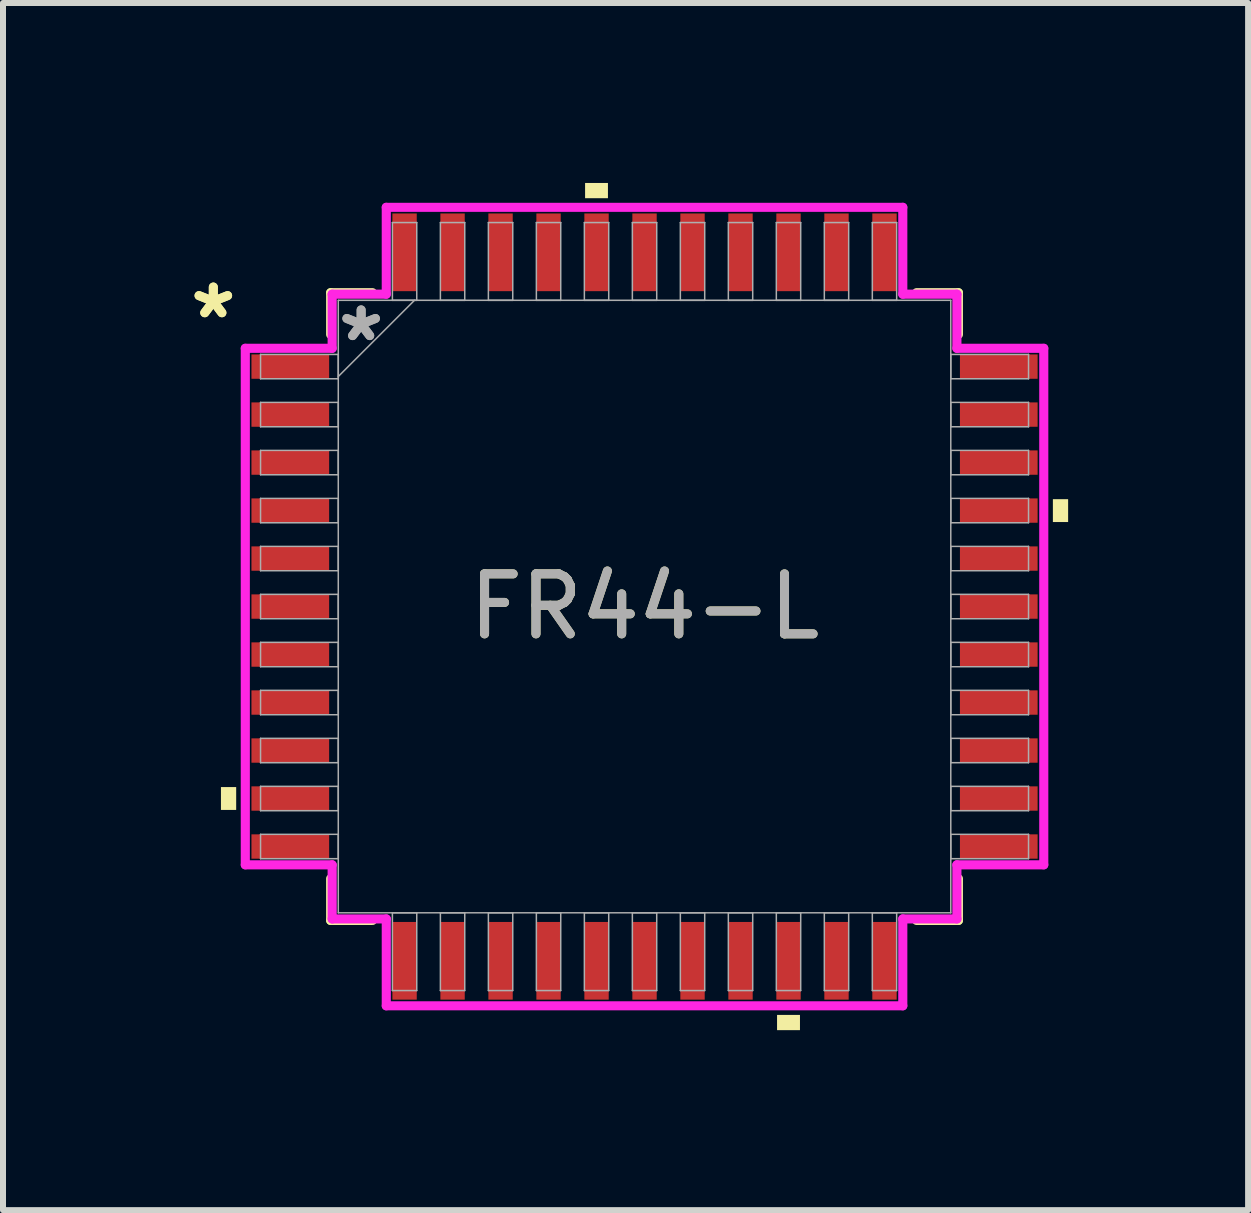
<source format=kicad_pcb>
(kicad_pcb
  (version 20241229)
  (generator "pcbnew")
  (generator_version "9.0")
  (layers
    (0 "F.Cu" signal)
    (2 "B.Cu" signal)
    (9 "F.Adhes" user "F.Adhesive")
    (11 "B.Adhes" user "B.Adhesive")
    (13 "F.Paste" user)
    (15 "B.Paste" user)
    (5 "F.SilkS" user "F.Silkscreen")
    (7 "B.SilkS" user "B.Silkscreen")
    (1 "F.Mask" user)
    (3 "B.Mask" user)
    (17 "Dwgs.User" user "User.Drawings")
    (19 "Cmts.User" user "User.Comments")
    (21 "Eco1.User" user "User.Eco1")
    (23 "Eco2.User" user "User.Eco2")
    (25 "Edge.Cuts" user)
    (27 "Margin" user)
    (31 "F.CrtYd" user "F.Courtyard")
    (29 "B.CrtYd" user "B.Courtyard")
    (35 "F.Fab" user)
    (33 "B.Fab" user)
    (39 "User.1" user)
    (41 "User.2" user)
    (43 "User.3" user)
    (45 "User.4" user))
  (footprint "FR44-L"
    (layer "F.Cu")
    (at 7.694 7.061)
    (property "Reference" "FR44-L" (at 0 0 0) (unlocked yes) (layer "F.SilkS") (effects (font (size 1 1) (thickness 0.15))))
    (attr smd)
    (fp_line (start -5.232 -5.232) (end -5.232 -4.535) (stroke (width 0.152) (type solid)) (layer "F.SilkS"))
    (fp_line (start -5.232 4.535) (end -5.232 5.232) (stroke (width 0.152) (type solid)) (layer "F.SilkS"))
    (fp_line (start -5.232 5.232) (end -4.535 5.232) (stroke (width 0.152) (type solid)) (layer "F.SilkS"))
    (fp_line (start -4.535 -5.232) (end -5.232 -5.232) (stroke (width 0.152) (type solid)) (layer "F.SilkS"))
    (fp_line (start 4.535 5.232) (end 5.232 5.232) (stroke (width 0.152) (type solid)) (layer "F.SilkS"))
    (fp_line (start 5.232 -5.232) (end 4.535 -5.232) (stroke (width 0.152) (type solid)) (layer "F.SilkS"))
    (fp_line (start 5.232 -4.535) (end 5.232 -5.232) (stroke (width 0.152) (type solid)) (layer "F.SilkS"))
    (fp_line (start 5.232 5.232) (end 5.232 4.535) (stroke (width 0.152) (type solid)) (layer "F.SilkS"))
    (fp_poly (pts (xy -7.061 3.009) (xy -7.061 3.39) (xy -6.807 3.39) (xy -6.807 3.009)) (stroke (width 0) (type solid)) (fill yes) (layer "F.SilkS"))
    (fp_poly (pts (xy -0.991 -6.807) (xy -0.991 -7.061) (xy -0.61 -7.061) (xy -0.61 -6.807)) (stroke (width 0) (type solid)) (fill yes) (layer "F.SilkS"))
    (fp_poly (pts (xy 2.209 6.807) (xy 2.209 7.061) (xy 2.591 7.061) (xy 2.591 6.807)) (stroke (width 0) (type solid)) (fill yes) (layer "F.SilkS"))
    (fp_poly (pts (xy 7.061 -1.79) (xy 7.061 -1.409) (xy 6.807 -1.409) (xy 6.807 -1.79)) (stroke (width 0) (type solid)) (fill yes) (layer "F.SilkS"))
    (fp_line (start -6.655 -4.305) (end -5.207 -4.305) (stroke (width 0.152) (type solid)) (layer "F.CrtYd"))
    (fp_line (start -6.655 4.305) (end -6.655 -4.305) (stroke (width 0.152) (type solid)) (layer "F.CrtYd"))
    (fp_line (start -5.207 -5.207) (end -4.305 -5.207) (stroke (width 0.152) (type solid)) (layer "F.CrtYd"))
    (fp_line (start -5.207 -4.305) (end -5.207 -5.207) (stroke (width 0.152) (type solid)) (layer "F.CrtYd"))
    (fp_line (start -5.207 4.305) (end -6.655 4.305) (stroke (width 0.152) (type solid)) (layer "F.CrtYd"))
    (fp_line (start -5.207 5.207) (end -5.207 4.305) (stroke (width 0.152) (type solid)) (layer "F.CrtYd"))
    (fp_line (start -5.207 5.207) (end -4.305 5.207) (stroke (width 0.152) (type solid)) (layer "F.CrtYd"))
    (fp_line (start -4.305 -6.655) (end 4.305 -6.655) (stroke (width 0.152) (type solid)) (layer "F.CrtYd"))
    (fp_line (start -4.305 -5.207) (end -4.305 -6.655) (stroke (width 0.152) (type solid)) (layer "F.CrtYd"))
    (fp_line (start -4.305 5.207) (end -4.305 6.655) (stroke (width 0.152) (type solid)) (layer "F.CrtYd"))
    (fp_line (start -4.305 6.655) (end 4.305 6.655) (stroke (width 0.152) (type solid)) (layer "F.CrtYd"))
    (fp_line (start 4.305 -6.655) (end 4.305 -5.207) (stroke (width 0.152) (type solid)) (layer "F.CrtYd"))
    (fp_line (start 4.305 -5.207) (end 5.207 -5.207) (stroke (width 0.152) (type solid)) (layer "F.CrtYd"))
    (fp_line (start 4.305 5.207) (end 5.207 5.207) (stroke (width 0.152) (type solid)) (layer "F.CrtYd"))
    (fp_line (start 4.305 6.655) (end 4.305 5.207) (stroke (width 0.152) (type solid)) (layer "F.CrtYd"))
    (fp_line (start 5.207 -4.305) (end 5.207 -5.207) (stroke (width 0.152) (type solid)) (layer "F.CrtYd"))
    (fp_line (start 5.207 4.305) (end 6.655 4.305) (stroke (width 0.152) (type solid)) (layer "F.CrtYd"))
    (fp_line (start 5.207 5.207) (end 5.207 4.305) (stroke (width 0.152) (type solid)) (layer "F.CrtYd"))
    (fp_line (start 6.655 -4.305) (end 5.207 -4.305) (stroke (width 0.152) (type solid)) (layer "F.CrtYd"))
    (fp_line (start 6.655 4.305) (end 6.655 -4.305) (stroke (width 0.152) (type solid)) (layer "F.CrtYd"))
    (fp_line (start -6.401 -4.203) (end -6.401 -3.797) (stroke (width 0.025) (type solid)) (layer "F.Fab"))
    (fp_line (start -6.401 -3.797) (end -5.105 -3.797) (stroke (width 0.025) (type solid)) (layer "F.Fab"))
    (fp_line (start -6.401 -3.403) (end -6.401 -2.997) (stroke (width 0.025) (type solid)) (layer "F.Fab"))
    (fp_line (start -6.401 -2.997) (end -5.105 -2.997) (stroke (width 0.025) (type solid)) (layer "F.Fab"))
    (fp_line (start -6.401 -2.603) (end -6.401 -2.197) (stroke (width 0.025) (type solid)) (layer "F.Fab"))
    (fp_line (start -6.401 -2.197) (end -5.105 -2.197) (stroke (width 0.025) (type solid)) (layer "F.Fab"))
    (fp_line (start -6.401 -1.803) (end -6.401 -1.397) (stroke (width 0.025) (type solid)) (layer "F.Fab"))
    (fp_line (start -6.401 -1.397) (end -5.105 -1.397) (stroke (width 0.025) (type solid)) (layer "F.Fab"))
    (fp_line (start -6.401 -1.003) (end -6.401 -0.597) (stroke (width 0.025) (type solid)) (layer "F.Fab"))
    (fp_line (start -6.401 -0.597) (end -5.105 -0.597) (stroke (width 0.025) (type solid)) (layer "F.Fab"))
    (fp_line (start -6.401 -0.203) (end -6.401 0.203) (stroke (width 0.025) (type solid)) (layer "F.Fab"))
    (fp_line (start -6.401 0.203) (end -5.105 0.203) (stroke (width 0.025) (type solid)) (layer "F.Fab"))
    (fp_line (start -6.401 0.597) (end -6.401 1.003) (stroke (width 0.025) (type solid)) (layer "F.Fab"))
    (fp_line (start -6.401 1.003) (end -5.105 1.003) (stroke (width 0.025) (type solid)) (layer "F.Fab"))
    (fp_line (start -6.401 1.397) (end -6.401 1.803) (stroke (width 0.025) (type solid)) (layer "F.Fab"))
    (fp_line (start -6.401 1.803) (end -5.105 1.803) (stroke (width 0.025) (type solid)) (layer "F.Fab"))
    (fp_line (start -6.401 2.197) (end -6.401 2.603) (stroke (width 0.025) (type solid)) (layer "F.Fab"))
    (fp_line (start -6.401 2.603) (end -5.105 2.603) (stroke (width 0.025) (type solid)) (layer "F.Fab"))
    (fp_line (start -6.401 2.997) (end -6.401 3.403) (stroke (width 0.025) (type solid)) (layer "F.Fab"))
    (fp_line (start -6.401 3.403) (end -5.105 3.403) (stroke (width 0.025) (type solid)) (layer "F.Fab"))
    (fp_line (start -6.401 3.797) (end -6.401 4.203) (stroke (width 0.025) (type solid)) (layer "F.Fab"))
    (fp_line (start -6.401 4.203) (end -5.105 4.203) (stroke (width 0.025) (type solid)) (layer "F.Fab"))
    (fp_line (start -5.105 -5.105) (end -5.105 5.105) (stroke (width 0.025) (type solid)) (layer "F.Fab"))
    (fp_line (start -5.105 -4.203) (end -6.401 -4.203) (stroke (width 0.025) (type solid)) (layer "F.Fab"))
    (fp_line (start -5.105 -3.835) (end -3.835 -5.105) (stroke (width 0.025) (type solid)) (layer "F.Fab"))
    (fp_line (start -5.105 -3.797) (end -5.105 -4.203) (stroke (width 0.025) (type solid)) (layer "F.Fab"))
    (fp_line (start -5.105 -3.403) (end -6.401 -3.403) (stroke (width 0.025) (type solid)) (layer "F.Fab"))
    (fp_line (start -5.105 -2.997) (end -5.105 -3.403) (stroke (width 0.025) (type solid)) (layer "F.Fab"))
    (fp_line (start -5.105 -2.603) (end -6.401 -2.603) (stroke (width 0.025) (type solid)) (layer "F.Fab"))
    (fp_line (start -5.105 -2.197) (end -5.105 -2.603) (stroke (width 0.025) (type solid)) (layer "F.Fab"))
    (fp_line (start -5.105 -1.803) (end -6.401 -1.803) (stroke (width 0.025) (type solid)) (layer "F.Fab"))
    (fp_line (start -5.105 -1.397) (end -5.105 -1.803) (stroke (width 0.025) (type solid)) (layer "F.Fab"))
    (fp_line (start -5.105 -1.003) (end -6.401 -1.003) (stroke (width 0.025) (type solid)) (layer "F.Fab"))
    (fp_line (start -5.105 -0.597) (end -5.105 -1.003) (stroke (width 0.025) (type solid)) (layer "F.Fab"))
    (fp_line (start -5.105 -0.203) (end -6.401 -0.203) (stroke (width 0.025) (type solid)) (layer "F.Fab"))
    (fp_line (start -5.105 0.203) (end -5.105 -0.203) (stroke (width 0.025) (type solid)) (layer "F.Fab"))
    (fp_line (start -5.105 0.597) (end -6.401 0.597) (stroke (width 0.025) (type solid)) (layer "F.Fab"))
    (fp_line (start -5.105 1.003) (end -5.105 0.597) (stroke (width 0.025) (type solid)) (layer "F.Fab"))
    (fp_line (start -5.105 1.397) (end -6.401 1.397) (stroke (width 0.025) (type solid)) (layer "F.Fab"))
    (fp_line (start -5.105 1.803) (end -5.105 1.397) (stroke (width 0.025) (type solid)) (layer "F.Fab"))
    (fp_line (start -5.105 2.197) (end -6.401 2.197) (stroke (width 0.025) (type solid)) (layer "F.Fab"))
    (fp_line (start -5.105 2.603) (end -5.105 2.197) (stroke (width 0.025) (type solid)) (layer "F.Fab"))
    (fp_line (start -5.105 2.997) (end -6.401 2.997) (stroke (width 0.025) (type solid)) (layer "F.Fab"))
    (fp_line (start -5.105 3.403) (end -5.105 2.997) (stroke (width 0.025) (type solid)) (layer "F.Fab"))
    (fp_line (start -5.105 3.797) (end -6.401 3.797) (stroke (width 0.025) (type solid)) (layer "F.Fab"))
    (fp_line (start -5.105 4.203) (end -5.105 3.797) (stroke (width 0.025) (type solid)) (layer "F.Fab"))
    (fp_line (start -5.105 5.105) (end 5.105 5.105) (stroke (width 0.025) (type solid)) (layer "F.Fab"))
    (fp_line (start -4.203 5.105) (end -4.203 6.401) (stroke (width 0.025) (type solid)) (layer "F.Fab"))
    (fp_line (start -4.203 6.401) (end -3.797 6.401) (stroke (width 0.025) (type solid)) (layer "F.Fab"))
    (fp_line (start -4.203 -6.401) (end -4.203 -5.105) (stroke (width 0.025) (type solid)) (layer "F.Fab"))
    (fp_line (start -4.203 -5.105) (end -3.797 -5.105) (stroke (width 0.025) (type solid)) (layer "F.Fab"))
    (fp_line (start -3.797 5.105) (end -4.203 5.105) (stroke (width 0.025) (type solid)) (layer "F.Fab"))
    (fp_line (start -3.797 6.401) (end -3.797 5.105) (stroke (width 0.025) (type solid)) (layer "F.Fab"))
    (fp_line (start -3.797 -6.401) (end -4.203 -6.401) (stroke (width 0.025) (type solid)) (layer "F.Fab"))
    (fp_line (start -3.797 -5.105) (end -3.797 -6.401) (stroke (width 0.025) (type solid)) (layer "F.Fab"))
    (fp_line (start -3.403 -6.401) (end -3.403 -5.105) (stroke (width 0.025) (type solid)) (layer "F.Fab"))
    (fp_line (start -3.403 -5.105) (end -2.997 -5.105) (stroke (width 0.025) (type solid)) (layer "F.Fab"))
    (fp_line (start -3.403 5.105) (end -3.403 6.401) (stroke (width 0.025) (type solid)) (layer "F.Fab"))
    (fp_line (start -3.403 6.401) (end -2.997 6.401) (stroke (width 0.025) (type solid)) (layer "F.Fab"))
    (fp_line (start -2.997 -6.401) (end -3.403 -6.401) (stroke (width 0.025) (type solid)) (layer "F.Fab"))
    (fp_line (start -2.997 -5.105) (end -2.997 -6.401) (stroke (width 0.025) (type solid)) (layer "F.Fab"))
    (fp_line (start -2.997 5.105) (end -3.403 5.105) (stroke (width 0.025) (type solid)) (layer "F.Fab"))
    (fp_line (start -2.997 6.401) (end -2.997 5.105) (stroke (width 0.025) (type solid)) (layer "F.Fab"))
    (fp_line (start -2.603 -6.401) (end -2.603 -5.105) (stroke (width 0.025) (type solid)) (layer "F.Fab"))
    (fp_line (start -2.603 -5.105) (end -2.197 -5.105) (stroke (width 0.025) (type solid)) (layer "F.Fab"))
    (fp_line (start -2.603 5.105) (end -2.603 6.401) (stroke (width 0.025) (type solid)) (layer "F.Fab"))
    (fp_line (start -2.603 6.401) (end -2.197 6.401) (stroke (width 0.025) (type solid)) (layer "F.Fab"))
    (fp_line (start -2.197 -6.401) (end -2.603 -6.401) (stroke (width 0.025) (type solid)) (layer "F.Fab"))
    (fp_line (start -2.197 -5.105) (end -2.197 -6.401) (stroke (width 0.025) (type solid)) (layer "F.Fab"))
    (fp_line (start -2.197 5.105) (end -2.603 5.105) (stroke (width 0.025) (type solid)) (layer "F.Fab"))
    (fp_line (start -2.197 6.401) (end -2.197 5.105) (stroke (width 0.025) (type solid)) (layer "F.Fab"))
    (fp_line (start -1.803 -6.401) (end -1.803 -5.105) (stroke (width 0.025) (type solid)) (layer "F.Fab"))
    (fp_line (start -1.803 -5.105) (end -1.397 -5.105) (stroke (width 0.025) (type solid)) (layer "F.Fab"))
    (fp_line (start -1.803 5.105) (end -1.803 6.401) (stroke (width 0.025) (type solid)) (layer "F.Fab"))
    (fp_line (start -1.803 6.401) (end -1.397 6.401) (stroke (width 0.025) (type solid)) (layer "F.Fab"))
    (fp_line (start -1.397 -6.401) (end -1.803 -6.401) (stroke (width 0.025) (type solid)) (layer "F.Fab"))
    (fp_line (start -1.397 -5.105) (end -1.397 -6.401) (stroke (width 0.025) (type solid)) (layer "F.Fab"))
    (fp_line (start -1.397 5.105) (end -1.803 5.105) (stroke (width 0.025) (type solid)) (layer "F.Fab"))
    (fp_line (start -1.397 6.401) (end -1.397 5.105) (stroke (width 0.025) (type solid)) (layer "F.Fab"))
    (fp_line (start -1.003 -6.401) (end -1.003 -5.105) (stroke (width 0.025) (type solid)) (layer "F.Fab"))
    (fp_line (start -1.003 -5.105) (end -0.597 -5.105) (stroke (width 0.025) (type solid)) (layer "F.Fab"))
    (fp_line (start -1.003 5.105) (end -1.003 6.401) (stroke (width 0.025) (type solid)) (layer "F.Fab"))
    (fp_line (start -1.003 6.401) (end -0.597 6.401) (stroke (width 0.025) (type solid)) (layer "F.Fab"))
    (fp_line (start -0.597 -6.401) (end -1.003 -6.401) (stroke (width 0.025) (type solid)) (layer "F.Fab"))
    (fp_line (start -0.597 -5.105) (end -0.597 -6.401) (stroke (width 0.025) (type solid)) (layer "F.Fab"))
    (fp_line (start -0.597 5.105) (end -1.003 5.105) (stroke (width 0.025) (type solid)) (layer "F.Fab"))
    (fp_line (start -0.597 6.401) (end -0.597 5.105) (stroke (width 0.025) (type solid)) (layer "F.Fab"))
    (fp_line (start -0.203 -6.401) (end -0.203 -5.105) (stroke (width 0.025) (type solid)) (layer "F.Fab"))
    (fp_line (start -0.203 -5.105) (end 0.203 -5.105) (stroke (width 0.025) (type solid)) (layer "F.Fab"))
    (fp_line (start -0.203 5.105) (end -0.203 6.401) (stroke (width 0.025) (type solid)) (layer "F.Fab"))
    (fp_line (start -0.203 6.401) (end 0.203 6.401) (stroke (width 0.025) (type solid)) (layer "F.Fab"))
    (fp_line (start 0.203 -6.401) (end -0.203 -6.401) (stroke (width 0.025) (type solid)) (layer "F.Fab"))
    (fp_line (start 0.203 -5.105) (end 0.203 -6.401) (stroke (width 0.025) (type solid)) (layer "F.Fab"))
    (fp_line (start 0.203 5.105) (end -0.203 5.105) (stroke (width 0.025) (type solid)) (layer "F.Fab"))
    (fp_line (start 0.203 6.401) (end 0.203 5.105) (stroke (width 0.025) (type solid)) (layer "F.Fab"))
    (fp_line (start 0.597 -6.401) (end 0.597 -5.105) (stroke (width 0.025) (type solid)) (layer "F.Fab"))
    (fp_line (start 0.597 -5.105) (end 1.003 -5.105) (stroke (width 0.025) (type solid)) (layer "F.Fab"))
    (fp_line (start 0.597 5.105) (end 0.597 6.401) (stroke (width 0.025) (type solid)) (layer "F.Fab"))
    (fp_line (start 0.597 6.401) (end 1.003 6.401) (stroke (width 0.025) (type solid)) (layer "F.Fab"))
    (fp_line (start 1.003 -6.401) (end 0.597 -6.401) (stroke (width 0.025) (type solid)) (layer "F.Fab"))
    (fp_line (start 1.003 -5.105) (end 1.003 -6.401) (stroke (width 0.025) (type solid)) (layer "F.Fab"))
    (fp_line (start 1.003 5.105) (end 0.597 5.105) (stroke (width 0.025) (type solid)) (layer "F.Fab"))
    (fp_line (start 1.003 6.401) (end 1.003 5.105) (stroke (width 0.025) (type solid)) (layer "F.Fab"))
    (fp_line (start 1.397 -6.401) (end 1.397 -5.105) (stroke (width 0.025) (type solid)) (layer "F.Fab"))
    (fp_line (start 1.397 -5.105) (end 1.803 -5.105) (stroke (width 0.025) (type solid)) (layer "F.Fab"))
    (fp_line (start 1.397 5.105) (end 1.397 6.401) (stroke (width 0.025) (type solid)) (layer "F.Fab"))
    (fp_line (start 1.397 6.401) (end 1.803 6.401) (stroke (width 0.025) (type solid)) (layer "F.Fab"))
    (fp_line (start 1.803 -6.401) (end 1.397 -6.401) (stroke (width 0.025) (type solid)) (layer "F.Fab"))
    (fp_line (start 1.803 -5.105) (end 1.803 -6.401) (stroke (width 0.025) (type solid)) (layer "F.Fab"))
    (fp_line (start 1.803 5.105) (end 1.397 5.105) (stroke (width 0.025) (type solid)) (layer "F.Fab"))
    (fp_line (start 1.803 6.401) (end 1.803 5.105) (stroke (width 0.025) (type solid)) (layer "F.Fab"))
    (fp_line (start 2.197 -6.401) (end 2.197 -5.105) (stroke (width 0.025) (type solid)) (layer "F.Fab"))
    (fp_line (start 2.197 -5.105) (end 2.603 -5.105) (stroke (width 0.025) (type solid)) (layer "F.Fab"))
    (fp_line (start 2.197 5.105) (end 2.197 6.401) (stroke (width 0.025) (type solid)) (layer "F.Fab"))
    (fp_line (start 2.197 6.401) (end 2.603 6.401) (stroke (width 0.025) (type solid)) (layer "F.Fab"))
    (fp_line (start 2.603 -6.401) (end 2.197 -6.401) (stroke (width 0.025) (type solid)) (layer "F.Fab"))
    (fp_line (start 2.603 -5.105) (end 2.603 -6.401) (stroke (width 0.025) (type solid)) (layer "F.Fab"))
    (fp_line (start 2.603 5.105) (end 2.197 5.105) (stroke (width 0.025) (type solid)) (layer "F.Fab"))
    (fp_line (start 2.603 6.401) (end 2.603 5.105) (stroke (width 0.025) (type solid)) (layer "F.Fab"))
    (fp_line (start 2.997 -6.401) (end 2.997 -5.105) (stroke (width 0.025) (type solid)) (layer "F.Fab"))
    (fp_line (start 2.997 -5.105) (end 3.403 -5.105) (stroke (width 0.025) (type solid)) (layer "F.Fab"))
    (fp_line (start 2.997 5.105) (end 2.997 6.401) (stroke (width 0.025) (type solid)) (layer "F.Fab"))
    (fp_line (start 2.997 6.401) (end 3.403 6.401) (stroke (width 0.025) (type solid)) (layer "F.Fab"))
    (fp_line (start 3.403 -6.401) (end 2.997 -6.401) (stroke (width 0.025) (type solid)) (layer "F.Fab"))
    (fp_line (start 3.403 -5.105) (end 3.403 -6.401) (stroke (width 0.025) (type solid)) (layer "F.Fab"))
    (fp_line (start 3.403 5.105) (end 2.997 5.105) (stroke (width 0.025) (type solid)) (layer "F.Fab"))
    (fp_line (start 3.403 6.401) (end 3.403 5.105) (stroke (width 0.025) (type solid)) (layer "F.Fab"))
    (fp_line (start 3.797 5.105) (end 3.797 6.401) (stroke (width 0.025) (type solid)) (layer "F.Fab"))
    (fp_line (start 3.797 6.401) (end 4.203 6.401) (stroke (width 0.025) (type solid)) (layer "F.Fab"))
    (fp_line (start 3.797 -6.401) (end 3.797 -5.105) (stroke (width 0.025) (type solid)) (layer "F.Fab"))
    (fp_line (start 3.797 -5.105) (end 4.203 -5.105) (stroke (width 0.025) (type solid)) (layer "F.Fab"))
    (fp_line (start 4.203 5.105) (end 3.797 5.105) (stroke (width 0.025) (type solid)) (layer "F.Fab"))
    (fp_line (start 4.203 6.401) (end 4.203 5.105) (stroke (width 0.025) (type solid)) (layer "F.Fab"))
    (fp_line (start 4.203 -6.401) (end 3.797 -6.401) (stroke (width 0.025) (type solid)) (layer "F.Fab"))
    (fp_line (start 4.203 -5.105) (end 4.203 -6.401) (stroke (width 0.025) (type solid)) (layer "F.Fab"))
    (fp_line (start 5.105 -5.105) (end -5.105 -5.105) (stroke (width 0.025) (type solid)) (layer "F.Fab"))
    (fp_line (start 5.105 -4.203) (end 5.105 -3.797) (stroke (width 0.025) (type solid)) (layer "F.Fab"))
    (fp_line (start 5.105 -3.797) (end 6.401 -3.797) (stroke (width 0.025) (type solid)) (layer "F.Fab"))
    (fp_line (start 5.105 -3.403) (end 5.105 -2.997) (stroke (width 0.025) (type solid)) (layer "F.Fab"))
    (fp_line (start 5.105 -2.997) (end 6.401 -2.997) (stroke (width 0.025) (type solid)) (layer "F.Fab"))
    (fp_line (start 5.105 -2.603) (end 5.105 -2.197) (stroke (width 0.025) (type solid)) (layer "F.Fab"))
    (fp_line (start 5.105 -2.197) (end 6.401 -2.197) (stroke (width 0.025) (type solid)) (layer "F.Fab"))
    (fp_line (start 5.105 -1.803) (end 5.105 -1.397) (stroke (width 0.025) (type solid)) (layer "F.Fab"))
    (fp_line (start 5.105 -1.397) (end 6.401 -1.397) (stroke (width 0.025) (type solid)) (layer "F.Fab"))
    (fp_line (start 5.105 -1.003) (end 5.105 -0.597) (stroke (width 0.025) (type solid)) (layer "F.Fab"))
    (fp_line (start 5.105 -0.597) (end 6.401 -0.597) (stroke (width 0.025) (type solid)) (layer "F.Fab"))
    (fp_line (start 5.105 -0.203) (end 5.105 0.203) (stroke (width 0.025) (type solid)) (layer "F.Fab"))
    (fp_line (start 5.105 0.203) (end 6.401 0.203) (stroke (width 0.025) (type solid)) (layer "F.Fab"))
    (fp_line (start 5.105 0.597) (end 5.105 1.003) (stroke (width 0.025) (type solid)) (layer "F.Fab"))
    (fp_line (start 5.105 1.003) (end 6.401 1.003) (stroke (width 0.025) (type solid)) (layer "F.Fab"))
    (fp_line (start 5.105 1.397) (end 5.105 1.803) (stroke (width 0.025) (type solid)) (layer "F.Fab"))
    (fp_line (start 5.105 1.803) (end 6.401 1.803) (stroke (width 0.025) (type solid)) (layer "F.Fab"))
    (fp_line (start 5.105 2.197) (end 5.105 2.603) (stroke (width 0.025) (type solid)) (layer "F.Fab"))
    (fp_line (start 5.105 2.603) (end 6.401 2.603) (stroke (width 0.025) (type solid)) (layer "F.Fab"))
    (fp_line (start 5.105 2.997) (end 5.105 3.403) (stroke (width 0.025) (type solid)) (layer "F.Fab"))
    (fp_line (start 5.105 3.403) (end 6.401 3.403) (stroke (width 0.025) (type solid)) (layer "F.Fab"))
    (fp_line (start 5.105 3.797) (end 5.105 4.203) (stroke (width 0.025) (type solid)) (layer "F.Fab"))
    (fp_line (start 5.105 4.203) (end 6.401 4.203) (stroke (width 0.025) (type solid)) (layer "F.Fab"))
    (fp_line (start 5.105 5.105) (end 5.105 -5.105) (stroke (width 0.025) (type solid)) (layer "F.Fab"))
    (fp_line (start 6.401 -4.203) (end 5.105 -4.203) (stroke (width 0.025) (type solid)) (layer "F.Fab"))
    (fp_line (start 6.401 -3.797) (end 6.401 -4.203) (stroke (width 0.025) (type solid)) (layer "F.Fab"))
    (fp_line (start 6.401 -3.403) (end 5.105 -3.403) (stroke (width 0.025) (type solid)) (layer "F.Fab"))
    (fp_line (start 6.401 -2.997) (end 6.401 -3.403) (stroke (width 0.025) (type solid)) (layer "F.Fab"))
    (fp_line (start 6.401 -2.603) (end 5.105 -2.603) (stroke (width 0.025) (type solid)) (layer "F.Fab"))
    (fp_line (start 6.401 -2.197) (end 6.401 -2.603) (stroke (width 0.025) (type solid)) (layer "F.Fab"))
    (fp_line (start 6.401 -1.803) (end 5.105 -1.803) (stroke (width 0.025) (type solid)) (layer "F.Fab"))
    (fp_line (start 6.401 -1.397) (end 6.401 -1.803) (stroke (width 0.025) (type solid)) (layer "F.Fab"))
    (fp_line (start 6.401 -1.003) (end 5.105 -1.003) (stroke (width 0.025) (type solid)) (layer "F.Fab"))
    (fp_line (start 6.401 -0.597) (end 6.401 -1.003) (stroke (width 0.025) (type solid)) (layer "F.Fab"))
    (fp_line (start 6.401 -0.203) (end 5.105 -0.203) (stroke (width 0.025) (type solid)) (layer "F.Fab"))
    (fp_line (start 6.401 0.203) (end 6.401 -0.203) (stroke (width 0.025) (type solid)) (layer "F.Fab"))
    (fp_line (start 6.401 0.597) (end 5.105 0.597) (stroke (width 0.025) (type solid)) (layer "F.Fab"))
    (fp_line (start 6.401 1.003) (end 6.401 0.597) (stroke (width 0.025) (type solid)) (layer "F.Fab"))
    (fp_line (start 6.401 1.397) (end 5.105 1.397) (stroke (width 0.025) (type solid)) (layer "F.Fab"))
    (fp_line (start 6.401 1.803) (end 6.401 1.397) (stroke (width 0.025) (type solid)) (layer "F.Fab"))
    (fp_line (start 6.401 2.197) (end 5.105 2.197) (stroke (width 0.025) (type solid)) (layer "F.Fab"))
    (fp_line (start 6.401 2.603) (end 6.401 2.197) (stroke (width 0.025) (type solid)) (layer "F.Fab"))
    (fp_line (start 6.401 2.997) (end 5.105 2.997) (stroke (width 0.025) (type solid)) (layer "F.Fab"))
    (fp_line (start 6.401 3.403) (end 6.401 2.997) (stroke (width 0.025) (type solid)) (layer "F.Fab"))
    (fp_line (start 6.401 3.797) (end 5.105 3.797) (stroke (width 0.025) (type solid)) (layer "F.Fab"))
    (fp_line (start 6.401 4.203) (end 6.401 3.797) (stroke (width 0.025) (type solid)) (layer "F.Fab"))
    (fp_text user "*" (at -7.188 -4.781 0) (layer "F.SilkS") (effects (font (size 1 1) (thickness 0.15))))
    (fp_text user "*" (at -7.188 -4.781 0) (unlocked yes) (layer "F.SilkS") (effects (font (size 1 1) (thickness 0.15))))
    (fp_text user "*" (at -4.724 -4.4 0) (layer "F.Fab") (effects (font (size 1 1) (thickness 0.15))))
    (fp_text user "${REFERENCE}" (at 0 0 0) (unlocked yes) (layer "F.Fab") (effects (font (size 1 1) (thickness 0.15))))
    (fp_text user "*" (at -4.724 -4.4 0) (unlocked yes) (layer "F.Fab") (effects (font (size 1 1) (thickness 0.15))))
    (pad "1" smd rect (at -5.905 -4 90) (size 0.406 1.295) (layers "F.Cu" "F.Mask" "F.Paste"))
    (pad "2" smd rect (at -5.905 -3.2 90) (size 0.406 1.295) (layers "F.Cu" "F.Mask" "F.Paste"))
    (pad "3" smd rect (at -5.905 -2.4 90) (size 0.406 1.295) (layers "F.Cu" "F.Mask" "F.Paste"))
    (pad "4" smd rect (at -5.905 -1.6 90) (size 0.406 1.295) (layers "F.Cu" "F.Mask" "F.Paste"))
    (pad "5" smd rect (at -5.905 -0.8 90) (size 0.406 1.295) (layers "F.Cu" "F.Mask" "F.Paste"))
    (pad "6" smd rect (at -5.905 0 90) (size 0.406 1.295) (layers "F.Cu" "F.Mask" "F.Paste"))
    (pad "7" smd rect (at -5.905 0.8 90) (size 0.406 1.295) (layers "F.Cu" "F.Mask" "F.Paste"))
    (pad "8" smd rect (at -5.905 1.6 90) (size 0.406 1.295) (layers "F.Cu" "F.Mask" "F.Paste"))
    (pad "9" smd rect (at -5.905 2.4 90) (size 0.406 1.295) (layers "F.Cu" "F.Mask" "F.Paste"))
    (pad "10" smd rect (at -5.905 3.2 90) (size 0.406 1.295) (layers "F.Cu" "F.Mask" "F.Paste"))
    (pad "11" smd rect (at -5.905 4 90) (size 0.406 1.295) (layers "F.Cu" "F.Mask" "F.Paste"))
    (pad "12" smd rect (at -4 5.905) (size 0.406 1.295) (layers "F.Cu" "F.Mask" "F.Paste"))
    (pad "13" smd rect (at -3.2 5.905) (size 0.406 1.295) (layers "F.Cu" "F.Mask" "F.Paste"))
    (pad "14" smd rect (at -2.4 5.905) (size 0.406 1.295) (layers "F.Cu" "F.Mask" "F.Paste"))
    (pad "15" smd rect (at -1.6 5.905) (size 0.406 1.295) (layers "F.Cu" "F.Mask" "F.Paste"))
    (pad "16" smd rect (at -0.8 5.905) (size 0.406 1.295) (layers "F.Cu" "F.Mask" "F.Paste"))
    (pad "17" smd rect (at 0 5.905) (size 0.406 1.295) (layers "F.Cu" "F.Mask" "F.Paste"))
    (pad "18" smd rect (at 0.8 5.905) (size 0.406 1.295) (layers "F.Cu" "F.Mask" "F.Paste"))
    (pad "19" smd rect (at 1.6 5.905) (size 0.406 1.295) (layers "F.Cu" "F.Mask" "F.Paste"))
    (pad "20" smd rect (at 2.4 5.905) (size 0.406 1.295) (layers "F.Cu" "F.Mask" "F.Paste"))
    (pad "21" smd rect (at 3.2 5.905) (size 0.406 1.295) (layers "F.Cu" "F.Mask" "F.Paste"))
    (pad "22" smd rect (at 4 5.905) (size 0.406 1.295) (layers "F.Cu" "F.Mask" "F.Paste"))
    (pad "23" smd rect (at 5.905 4 90) (size 0.406 1.295) (layers "F.Cu" "F.Mask" "F.Paste"))
    (pad "24" smd rect (at 5.905 3.2 90) (size 0.406 1.295) (layers "F.Cu" "F.Mask" "F.Paste"))
    (pad "25" smd rect (at 5.905 2.4 90) (size 0.406 1.295) (layers "F.Cu" "F.Mask" "F.Paste"))
    (pad "26" smd rect (at 5.905 1.6 90) (size 0.406 1.295) (layers "F.Cu" "F.Mask" "F.Paste"))
    (pad "27" smd rect (at 5.905 0.8 90) (size 0.406 1.295) (layers "F.Cu" "F.Mask" "F.Paste"))
    (pad "28" smd rect (at 5.905 0 90) (size 0.406 1.295) (layers "F.Cu" "F.Mask" "F.Paste"))
    (pad "29" smd rect (at 5.905 -0.8 90) (size 0.406 1.295) (layers "F.Cu" "F.Mask" "F.Paste"))
    (pad "30" smd rect (at 5.905 -1.6 90) (size 0.406 1.295) (layers "F.Cu" "F.Mask" "F.Paste"))
    (pad "31" smd rect (at 5.905 -2.4 90) (size 0.406 1.295) (layers "F.Cu" "F.Mask" "F.Paste"))
    (pad "32" smd rect (at 5.905 -3.2 90) (size 0.406 1.295) (layers "F.Cu" "F.Mask" "F.Paste"))
    (pad "33" smd rect (at 5.905 -4 90) (size 0.406 1.295) (layers "F.Cu" "F.Mask" "F.Paste"))
    (pad "34" smd rect (at 4 -5.905) (size 0.406 1.295) (layers "F.Cu" "F.Mask" "F.Paste"))
    (pad "35" smd rect (at 3.2 -5.905) (size 0.406 1.295) (layers "F.Cu" "F.Mask" "F.Paste"))
    (pad "36" smd rect (at 2.4 -5.905) (size 0.406 1.295) (layers "F.Cu" "F.Mask" "F.Paste"))
    (pad "37" smd rect (at 1.6 -5.905) (size 0.406 1.295) (layers "F.Cu" "F.Mask" "F.Paste"))
    (pad "38" smd rect (at 0.8 -5.905) (size 0.406 1.295) (layers "F.Cu" "F.Mask" "F.Paste"))
    (pad "39" smd rect (at 0 -5.905) (size 0.406 1.295) (layers "F.Cu" "F.Mask" "F.Paste"))
    (pad "40" smd rect (at -0.8 -5.905) (size 0.406 1.295) (layers "F.Cu" "F.Mask" "F.Paste"))
    (pad "41" smd rect (at -1.6 -5.905) (size 0.406 1.295) (layers "F.Cu" "F.Mask" "F.Paste"))
    (pad "42" smd rect (at -2.4 -5.905) (size 0.406 1.295) (layers "F.Cu" "F.Mask" "F.Paste"))
    (pad "43" smd rect (at -3.2 -5.905) (size 0.406 1.295) (layers "F.Cu" "F.Mask" "F.Paste"))
    (pad "44" smd rect (at -4 -5.905) (size 0.406 1.295) (layers "F.Cu" "F.Mask" "F.Paste")))
  (gr_rect
    (start -3 -3)
    (end 17.755 17.122)
    (stroke (width 0.1) (type default))
    (fill no)
    (layer "Edge.Cuts")))
</source>
